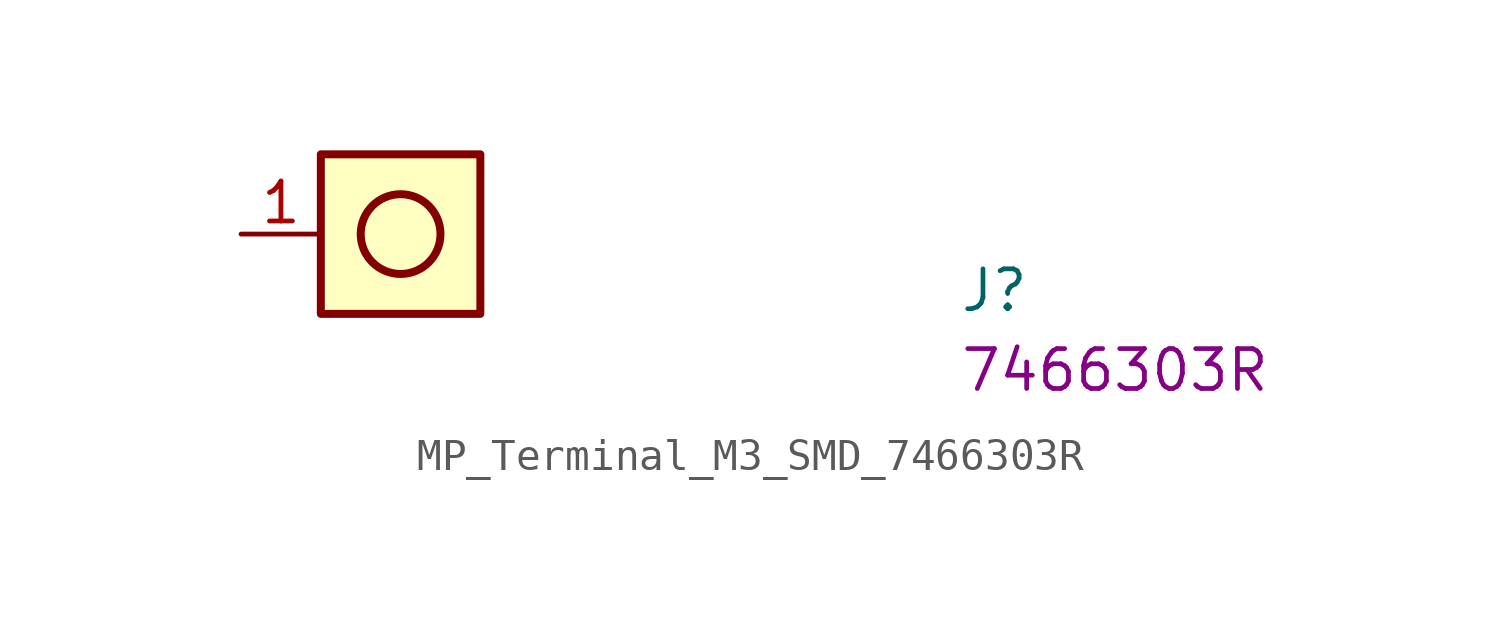
<source format=kicad_sym>
(kicad_symbol_lib
  (version 20220914)
  (generator kicad_symbol_editor)
  (symbol "MP_Terminal_M3_SMD_7466303R"
    (property "Reference" "J"
      (at 22.86 -2.54 0)
      (effects (font (size 1.27 1.27) (thickness 0.15)) (justify left bottom)))
    (property "MPN" "7466303R"
      (at 22.86 -5.08 0)
      (effects (font (size 1.27 1.27) (thickness 0.15)) (justify left bottom)))
    (symbol "MP_Terminal_M3_SMD_7466303R_1_1"
      (rectangle (start 2.54 -2.54) (end 7.62 2.54) (stroke (width 0.254) (type default)) (fill (type background)))
      (circle (center 5.08 0) (radius 1.27) (stroke (width 0.254) (type default)) (fill (type background)))
      (pin passive line (at 0 0 0) (length 2.54) (name "~" (effects (font (size 1.27 1.27)))) (number "1" (effects (font (size 1.27 1.27))))))))
</source>
